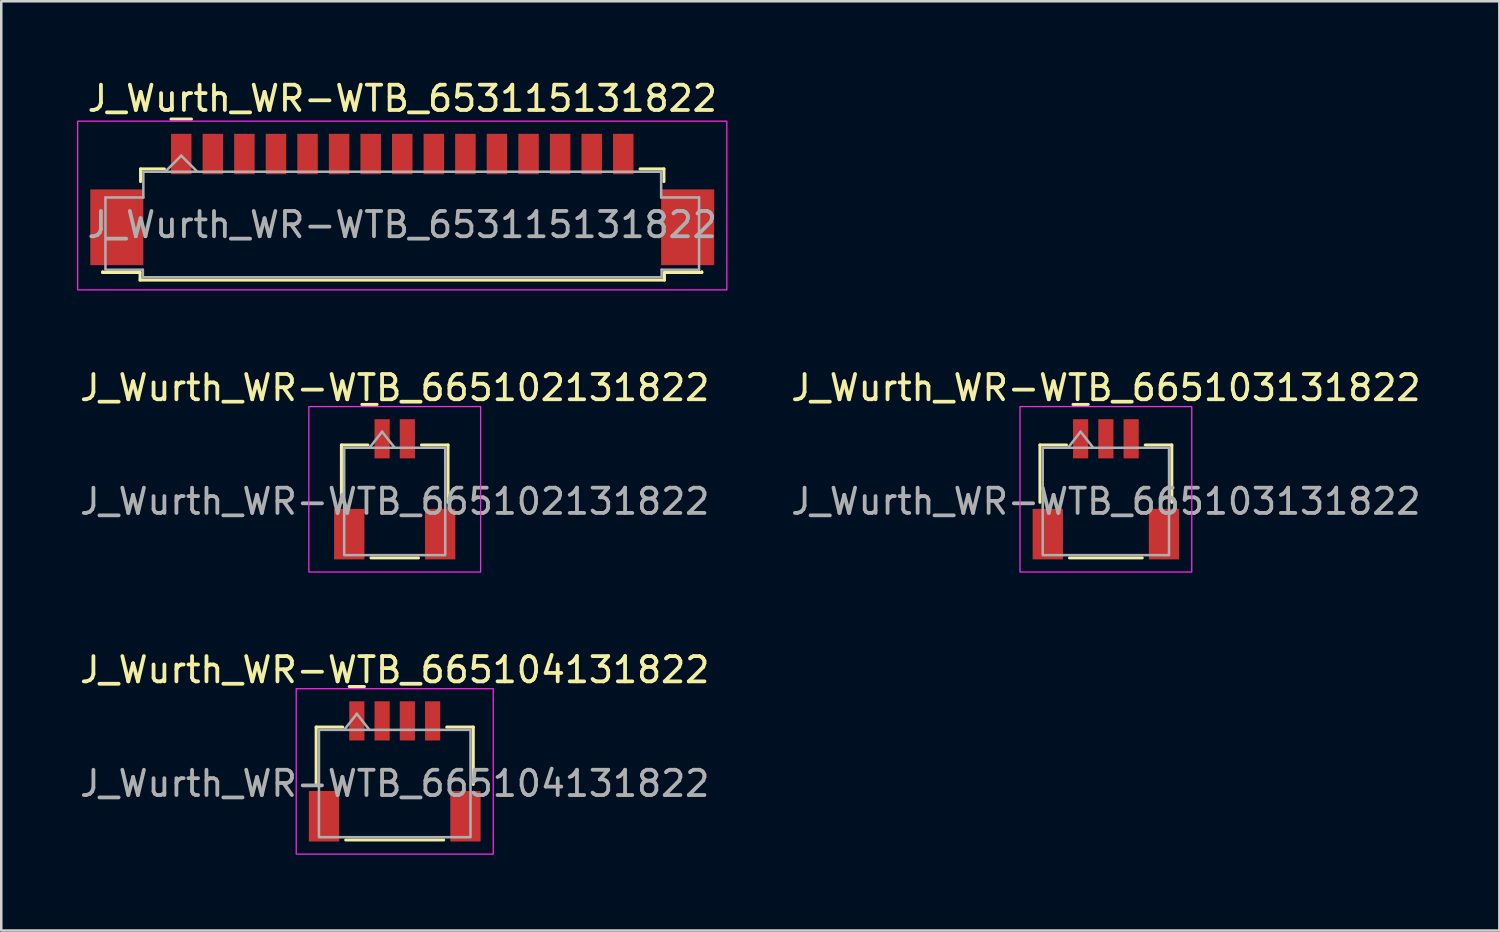
<source format=kicad_pcb>
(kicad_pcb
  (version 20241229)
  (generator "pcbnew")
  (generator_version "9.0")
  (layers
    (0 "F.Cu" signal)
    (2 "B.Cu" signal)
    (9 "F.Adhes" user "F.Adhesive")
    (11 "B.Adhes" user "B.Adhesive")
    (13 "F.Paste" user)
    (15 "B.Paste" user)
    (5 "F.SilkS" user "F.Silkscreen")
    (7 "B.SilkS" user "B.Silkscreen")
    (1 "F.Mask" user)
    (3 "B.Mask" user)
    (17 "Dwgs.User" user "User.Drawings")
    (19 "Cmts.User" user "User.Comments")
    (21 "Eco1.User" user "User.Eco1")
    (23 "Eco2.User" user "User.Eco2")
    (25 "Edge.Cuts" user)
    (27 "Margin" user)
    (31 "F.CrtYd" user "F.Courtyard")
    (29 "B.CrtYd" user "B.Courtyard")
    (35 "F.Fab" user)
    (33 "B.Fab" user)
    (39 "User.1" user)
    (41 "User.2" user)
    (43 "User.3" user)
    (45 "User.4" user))
  (footprint "J_Wurth_WR-WTB_665104131822"
    (layer "F.Cu")
    (at 12.577 27.97)
    (property "Reference" "J_Wurth_WR-WTB_665104131822" (at 0 -4.5 0) (unlocked yes) (layer "F.SilkS") (effects (font (size 1 1) (thickness 0.15))))
    (attr smd)
    (fp_line (start -3.11 -2.235) (end -2.06 -2.235) (stroke (width 0.12) (type solid)) (layer "F.SilkS"))
    (fp_line (start -3.11 0.035) (end -3.11 -2.235) (stroke (width 0.12) (type solid)) (layer "F.SilkS"))
    (fp_line (start -1.8 -3.84) (end -1.2 -3.84) (stroke (width 0.12) (type solid)) (layer "F.SilkS"))
    (fp_line (start 1.94 2.235) (end -1.94 2.235) (stroke (width 0.12) (type solid)) (layer "F.SilkS"))
    (fp_line (start 2.06 -2.235) (end 3.11 -2.235) (stroke (width 0.12) (type solid)) (layer "F.SilkS"))
    (fp_line (start 3.11 -2.235) (end 3.11 0.035) (stroke (width 0.12) (type solid)) (layer "F.SilkS"))
    (fp_rect (start -3.9 -3.755) (end 3.9 2.795) (stroke (width 0.05) (type solid)) (fill no) (layer "F.CrtYd"))
    (fp_line (start -1.5 -2.76) (end -2 -2.125) (stroke (width 0.1) (type default)) (layer "F.Fab"))
    (fp_line (start -1 -2.125) (end -1.5 -2.76) (stroke (width 0.1) (type default)) (layer "F.Fab"))
    (fp_rect (start -3 -2.125) (end 3 2.125) (stroke (width 0.1) (type solid)) (fill no) (layer "F.Fab"))
    (fp_text user "${REFERENCE}" (at 0 0 0) (unlocked yes) (layer "F.Fab") (effects (font (size 1 1) (thickness 0.15))))
    (pad "1" smd rect (at -1.5 -2.48) (size 0.6 1.55) (layers "F.Cu" "F.Mask" "F.Paste"))
    (pad "2" smd rect (at -0.5 -2.48) (size 0.6 1.55) (layers "F.Cu" "F.Mask" "F.Paste"))
    (pad "3" smd rect (at 0.5 -2.48) (size 0.6 1.55) (layers "F.Cu" "F.Mask" "F.Paste"))
    (pad "4" smd rect (at 1.5 -2.48) (size 0.6 1.55) (layers "F.Cu" "F.Mask" "F.Paste"))
    (pad "MP1" smd rect (at -2.8 1.295) (size 1.2 2) (layers "F.Cu" "F.Mask" "F.Paste"))
    (pad "MP2" smd rect (at 2.8 1.295) (size 1.2 2) (layers "F.Cu" "F.Mask" "F.Paste")))
  (footprint "J_Wurth_WR-WTB_653115131822"
    (layer "F.Cu")
    (at 12.875 5.848)
    (property "Reference" "J_Wurth_WR-WTB_653115131822" (at 0 -5 0) (unlocked yes) (layer "F.SilkS") (effects (font (size 1 1) (thickness 0.15))))
    (attr smd)
    (fp_line (start -11.86 1.86) (end -11.86 1.89) (stroke (width 0.12) (type solid)) (layer "F.SilkS"))
    (fp_line (start -11.86 1.89) (end -10.38 1.89) (stroke (width 0.12) (type default)) (layer "F.SilkS"))
    (fp_line (start -10.38 1.89) (end -10.38 2.19) (stroke (width 0.12) (type default)) (layer "F.SilkS"))
    (fp_line (start -10.38 2.19) (end 10.38 2.19) (stroke (width 0.12) (type default)) (layer "F.SilkS"))
    (fp_line (start -10.36 -2.21) (end -10.36 -1.71) (stroke (width 0.12) (type default)) (layer "F.SilkS"))
    (fp_line (start -9.415 -2.21) (end -10.36 -2.21) (stroke (width 0.12) (type solid)) (layer "F.SilkS"))
    (fp_line (start -9.155 -4.185) (end -8.345 -4.185) (stroke (width 0.12) (type solid)) (layer "F.SilkS"))
    (fp_line (start 9.415 -2.21) (end 10.36 -2.21) (stroke (width 0.12) (type solid)) (layer "F.SilkS"))
    (fp_line (start 10.36 -2.21) (end 10.36 -1.71) (stroke (width 0.12) (type default)) (layer "F.SilkS"))
    (fp_line (start 10.38 1.89) (end 11.86 1.89) (stroke (width 0.12) (type default)) (layer "F.SilkS"))
    (fp_line (start 10.38 2.19) (end 10.38 1.89) (stroke (width 0.12) (type default)) (layer "F.SilkS"))
    (fp_line (start 11.86 1.89) (end 11.86 1.86) (stroke (width 0.12) (type solid)) (layer "F.SilkS"))
    (fp_rect (start -12.85 -4.1) (end 12.85 2.58) (stroke (width 0.05) (type solid)) (fill no) (layer "F.CrtYd"))
    (fp_line (start -11.75 -1.08) (end -10.25 -1.08) (stroke (width 0.1) (type default)) (layer "F.Fab"))
    (fp_line (start -11.75 1.78) (end -11.75 -1.08) (stroke (width 0.1) (type solid)) (layer "F.Fab"))
    (fp_line (start -11.75 1.78) (end -10.27 1.78) (stroke (width 0.1) (type solid)) (layer "F.Fab"))
    (fp_line (start -10.27 1.78) (end -10.27 2.08) (stroke (width 0.1) (type solid)) (layer "F.Fab"))
    (fp_line (start -10.27 2.08) (end 10.27 2.08) (stroke (width 0.1) (type default)) (layer "F.Fab"))
    (fp_line (start -10.25 -2.1) (end -10.25 -1.08) (stroke (width 0.1) (type solid)) (layer "F.Fab"))
    (fp_line (start -10.25 -2.1) (end 10.25 -2.1) (stroke (width 0.1) (type solid)) (layer "F.Fab"))
    (fp_line (start -8.75 -2.735) (end -9.385 -2.1) (stroke (width 0.1) (type default)) (layer "F.Fab"))
    (fp_line (start -8.115 -2.1) (end -8.75 -2.735) (stroke (width 0.1) (type default)) (layer "F.Fab"))
    (fp_line (start 10.25 -2.1) (end 10.25 -1.08) (stroke (width 0.1) (type solid)) (layer "F.Fab"))
    (fp_line (start 10.27 1.78) (end 10.27 2.08) (stroke (width 0.1) (type solid)) (layer "F.Fab"))
    (fp_line (start 11.75 -1.08) (end 10.25 -1.08) (stroke (width 0.1) (type default)) (layer "F.Fab"))
    (fp_line (start 11.75 1.78) (end 10.27 1.78) (stroke (width 0.1) (type solid)) (layer "F.Fab"))
    (fp_line (start 11.75 1.78) (end 11.75 -1.08) (stroke (width 0.1) (type solid)) (layer "F.Fab"))
    (fp_text user "${REFERENCE}" (at 0 0 0) (unlocked yes) (layer "F.Fab") (effects (font (size 1 1) (thickness 0.15))))
    (pad "1" smd rect (at -8.75 -2.8) (size 0.81 1.6) (layers "F.Cu" "F.Mask" "F.Paste"))
    (pad "2" smd rect (at -7.5 -2.8) (size 0.81 1.6) (layers "F.Cu" "F.Mask" "F.Paste"))
    (pad "3" smd rect (at -6.25 -2.8) (size 0.81 1.6) (layers "F.Cu" "F.Mask" "F.Paste"))
    (pad "4" smd rect (at -5 -2.8) (size 0.81 1.6) (layers "F.Cu" "F.Mask" "F.Paste"))
    (pad "5" smd rect (at -3.75 -2.8) (size 0.81 1.6) (layers "F.Cu" "F.Mask" "F.Paste"))
    (pad "6" smd rect (at -2.5 -2.8) (size 0.81 1.6) (layers "F.Cu" "F.Mask" "F.Paste"))
    (pad "7" smd rect (at -1.25 -2.8) (size 0.81 1.6) (layers "F.Cu" "F.Mask" "F.Paste"))
    (pad "8" smd rect (at 0 -2.8) (size 0.81 1.6) (layers "F.Cu" "F.Mask" "F.Paste"))
    (pad "9" smd rect (at 1.25 -2.8) (size 0.81 1.6) (layers "F.Cu" "F.Mask" "F.Paste"))
    (pad "10" smd rect (at 2.5 -2.8) (size 0.81 1.6) (layers "F.Cu" "F.Mask" "F.Paste"))
    (pad "11" smd rect (at 3.75 -2.8) (size 0.81 1.6) (layers "F.Cu" "F.Mask" "F.Paste"))
    (pad "12" smd rect (at 5 -2.8) (size 0.81 1.6) (layers "F.Cu" "F.Mask" "F.Paste"))
    (pad "13" smd rect (at 6.25 -2.8) (size 0.81 1.6) (layers "F.Cu" "F.Mask" "F.Paste"))
    (pad "14" smd rect (at 7.5 -2.8) (size 0.81 1.6) (layers "F.Cu" "F.Mask" "F.Paste"))
    (pad "15" smd rect (at 8.75 -2.8) (size 0.81 1.6) (layers "F.Cu" "F.Mask" "F.Paste"))
    (pad "MP1" smd rect (at -11.3 0.1) (size 2.1 3) (layers "F.Cu" "F.Mask" "F.Paste"))
    (pad "MP2" smd rect (at 11.3 0.1) (size 2.1 3) (layers "F.Cu" "F.Mask" "F.Paste")))
  (footprint "J_Wurth_WR-WTB_665103131822"
    (layer "F.Cu")
    (at 40.732 16.802)
    (property "Reference" "J_Wurth_WR-WTB_665103131822" (at 0 -4.5 0) (unlocked yes) (layer "F.SilkS") (effects (font (size 1 1) (thickness 0.15))))
    (attr smd)
    (fp_line (start -2.61 -2.235) (end -1.56 -2.235) (stroke (width 0.12) (type solid)) (layer "F.SilkS"))
    (fp_line (start -2.61 0.035) (end -2.61 -2.235) (stroke (width 0.12) (type solid)) (layer "F.SilkS"))
    (fp_line (start -1.3 -3.84) (end -0.7 -3.84) (stroke (width 0.12) (type solid)) (layer "F.SilkS"))
    (fp_line (start 1.44 2.235) (end -1.44 2.235) (stroke (width 0.12) (type solid)) (layer "F.SilkS"))
    (fp_line (start 1.56 -2.235) (end 2.61 -2.235) (stroke (width 0.12) (type solid)) (layer "F.SilkS"))
    (fp_line (start 2.61 -2.235) (end 2.61 0.035) (stroke (width 0.12) (type solid)) (layer "F.SilkS"))
    (fp_rect (start -3.4 -3.755) (end 3.4 2.795) (stroke (width 0.05) (type solid)) (fill no) (layer "F.CrtYd"))
    (fp_line (start -1 -2.76) (end -1.5 -2.125) (stroke (width 0.1) (type default)) (layer "F.Fab"))
    (fp_line (start -0.5 -2.125) (end -1 -2.76) (stroke (width 0.1) (type default)) (layer "F.Fab"))
    (fp_rect (start -2.5 -2.125) (end 2.5 2.125) (stroke (width 0.1) (type solid)) (fill no) (layer "F.Fab"))
    (fp_text user "${REFERENCE}" (at 0 0 0) (unlocked yes) (layer "F.Fab") (effects (font (size 1 1) (thickness 0.15))))
    (pad "1" smd rect (at -1 -2.48) (size 0.6 1.55) (layers "F.Cu" "F.Mask" "F.Paste"))
    (pad "2" smd rect (at 0 -2.48) (size 0.6 1.55) (layers "F.Cu" "F.Mask" "F.Paste"))
    (pad "3" smd rect (at 1 -2.48) (size 0.6 1.55) (layers "F.Cu" "F.Mask" "F.Paste"))
    (pad "MP1" smd rect (at -2.3 1.295) (size 1.2 2) (layers "F.Cu" "F.Mask" "F.Paste"))
    (pad "MP2" smd rect (at 2.3 1.295) (size 1.2 2) (layers "F.Cu" "F.Mask" "F.Paste")))
  (footprint "J_Wurth_WR-WTB_665102131822"
    (layer "F.Cu")
    (at 12.577 16.802)
    (property "Reference" "J_Wurth_WR-WTB_665102131822" (at 0 -4.5 0) (unlocked yes) (layer "F.SilkS") (effects (font (size 1 1) (thickness 0.15))))
    (attr smd)
    (fp_line (start -2.11 -2.235) (end -1.06 -2.235) (stroke (width 0.12) (type solid)) (layer "F.SilkS"))
    (fp_line (start -2.11 0.035) (end -2.11 -2.235) (stroke (width 0.12) (type solid)) (layer "F.SilkS"))
    (fp_line (start -1.3 -3.84) (end -0.7 -3.84) (stroke (width 0.12) (type solid)) (layer "F.SilkS"))
    (fp_line (start 0.94 2.235) (end -0.94 2.235) (stroke (width 0.12) (type solid)) (layer "F.SilkS"))
    (fp_line (start 1.06 -2.235) (end 2.11 -2.235) (stroke (width 0.12) (type solid)) (layer "F.SilkS"))
    (fp_line (start 2.11 -2.235) (end 2.11 0.035) (stroke (width 0.12) (type solid)) (layer "F.SilkS"))
    (fp_rect (start -3.4 -3.755) (end 3.4 2.795) (stroke (width 0.05) (type solid)) (fill no) (layer "F.CrtYd"))
    (fp_line (start -0.5 -2.76) (end -1 -2.125) (stroke (width 0.1) (type default)) (layer "F.Fab"))
    (fp_line (start 0 -2.125) (end -0.5 -2.76) (stroke (width 0.1) (type default)) (layer "F.Fab"))
    (fp_rect (start -2 -2.125) (end 2 2.125) (stroke (width 0.1) (type solid)) (fill no) (layer "F.Fab"))
    (fp_text user "${REFERENCE}" (at 0 0 0) (unlocked yes) (layer "F.Fab") (effects (font (size 1 1) (thickness 0.15))))
    (pad "1" smd rect (at -0.5 -2.48) (size 0.6 1.55) (layers "F.Cu" "F.Mask" "F.Paste"))
    (pad "2" smd rect (at 0.5 -2.48) (size 0.6 1.55) (layers "F.Cu" "F.Mask" "F.Paste"))
    (pad "MP1" smd rect (at -1.8 1.295) (size 1.2 2) (layers "F.Cu" "F.Mask" "F.Paste"))
    (pad "MP2" smd rect (at 1.8 1.295) (size 1.2 2) (layers "F.Cu" "F.Mask" "F.Paste")))
  (gr_rect
    (start -3 -3)
    (end 56.31 33.79)
    (stroke (width 0.1) (type default))
    (fill no)
    (layer "Edge.Cuts")))
</source>
